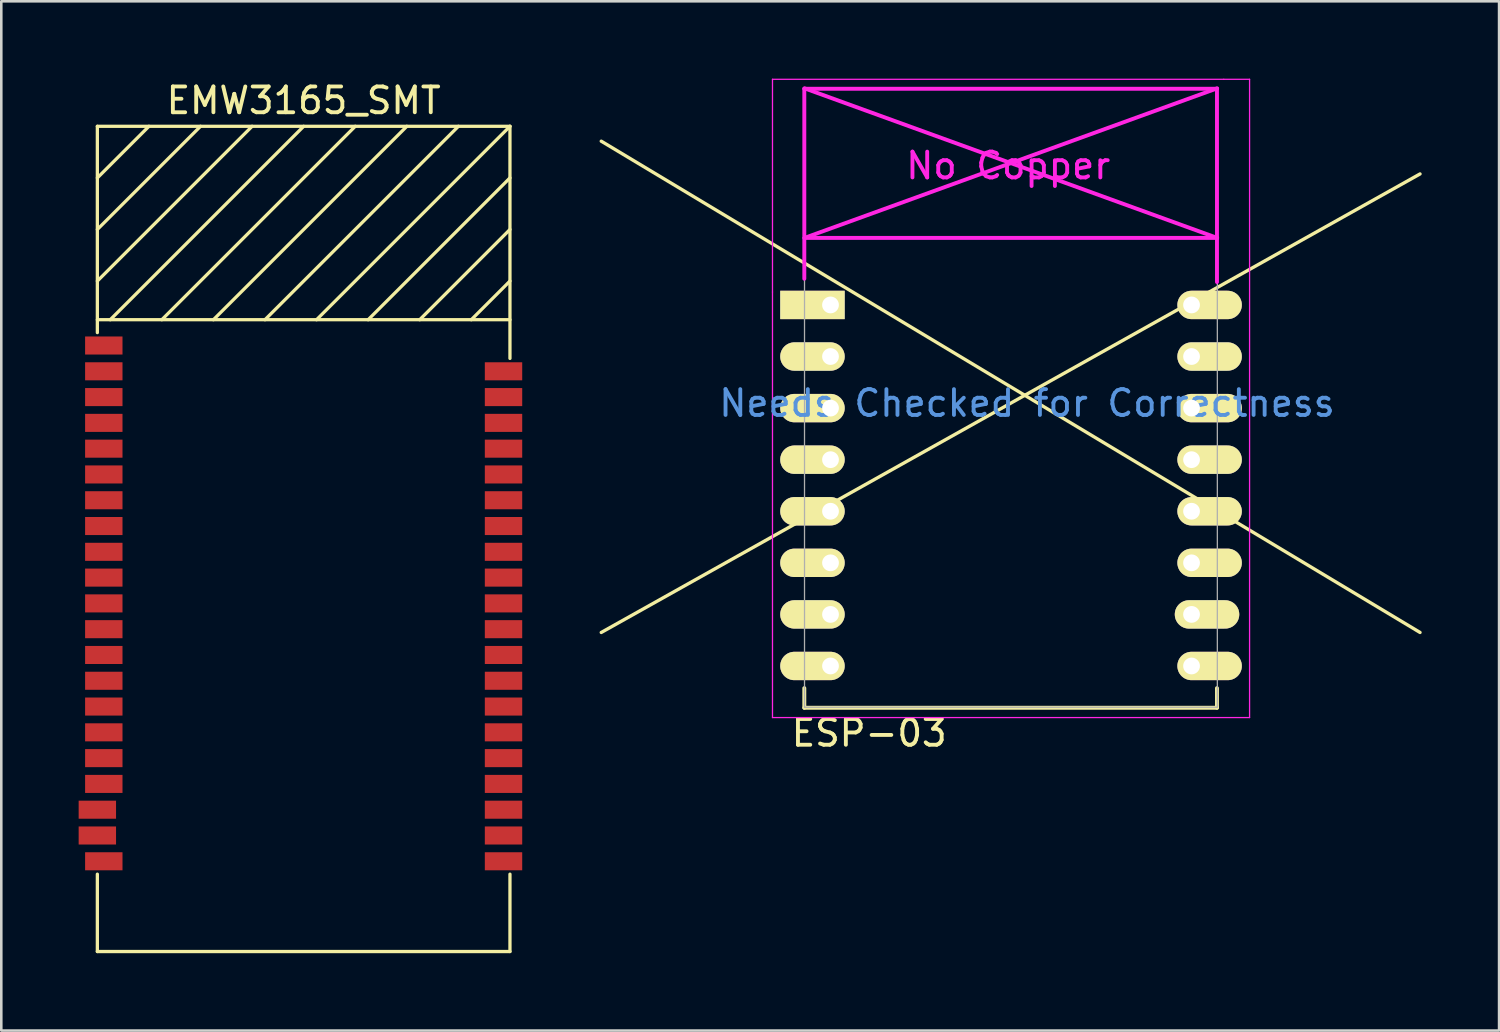
<source format=kicad_pcb>
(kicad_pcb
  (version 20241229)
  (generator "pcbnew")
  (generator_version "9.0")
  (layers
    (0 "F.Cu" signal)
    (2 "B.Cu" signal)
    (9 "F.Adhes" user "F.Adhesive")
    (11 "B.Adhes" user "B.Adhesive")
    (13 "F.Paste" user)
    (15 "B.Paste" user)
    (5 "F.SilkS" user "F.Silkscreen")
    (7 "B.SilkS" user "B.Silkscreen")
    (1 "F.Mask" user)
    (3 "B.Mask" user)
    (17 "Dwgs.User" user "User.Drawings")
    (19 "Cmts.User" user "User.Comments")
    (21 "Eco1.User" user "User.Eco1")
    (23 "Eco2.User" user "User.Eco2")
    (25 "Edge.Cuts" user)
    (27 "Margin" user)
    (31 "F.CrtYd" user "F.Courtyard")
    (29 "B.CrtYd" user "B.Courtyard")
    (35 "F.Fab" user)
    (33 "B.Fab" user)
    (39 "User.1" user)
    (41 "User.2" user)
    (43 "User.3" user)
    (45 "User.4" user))
  (footprint "EMW3165_SMT"
    (layer "F.Cu")
    (at 8.725 17.848)
    (property "Reference" "EMW3165_SMT" (at 0 -17 0) (layer "F.SilkS") (effects (font (size 1 1) (thickness 0.15))))
    (attr smd)
    (fp_line (start -8 -16) (end -8 -8) (stroke (width 0.127) (type solid)) (layer "F.SilkS"))
    (fp_line (start -8 -16) (end 8 -16) (stroke (width 0.127) (type solid)) (layer "F.SilkS"))
    (fp_line (start -8 -14) (end -6 -16) (stroke (width 0.127) (type solid)) (layer "F.SilkS"))
    (fp_line (start -8 -12) (end -4 -16) (stroke (width 0.127) (type solid)) (layer "F.SilkS"))
    (fp_line (start -8 -10) (end -2 -16) (stroke (width 0.127) (type solid)) (layer "F.SilkS"))
    (fp_line (start -8 -8.5) (end 8 -8.5) (stroke (width 0.127) (type solid)) (layer "F.SilkS"))
    (fp_line (start -8 16) (end -8 13) (stroke (width 0.127) (type solid)) (layer "F.SilkS"))
    (fp_line (start -8 16) (end 8 16) (stroke (width 0.127) (type solid)) (layer "F.SilkS"))
    (fp_line (start -7.5 -8.5) (end 0 -16) (stroke (width 0.127) (type solid)) (layer "F.SilkS"))
    (fp_line (start -5.5 -8.5) (end 2 -16) (stroke (width 0.127) (type solid)) (layer "F.SilkS"))
    (fp_line (start -3.5 -8.5) (end 4 -16) (stroke (width 0.127) (type solid)) (layer "F.SilkS"))
    (fp_line (start -1.5 -8.5) (end 6 -16) (stroke (width 0.127) (type solid)) (layer "F.SilkS"))
    (fp_line (start 0.5 -8.5) (end 8 -16) (stroke (width 0.127) (type solid)) (layer "F.SilkS"))
    (fp_line (start 2.5 -8.5) (end 8 -14) (stroke (width 0.127) (type solid)) (layer "F.SilkS"))
    (fp_line (start 4.5 -8.5) (end 8 -12) (stroke (width 0.127) (type solid)) (layer "F.SilkS"))
    (fp_line (start 6.5 -8.5) (end 8 -10) (stroke (width 0.127) (type solid)) (layer "F.SilkS"))
    (fp_line (start 8 -16) (end 8 -7) (stroke (width 0.127) (type solid)) (layer "F.SilkS"))
    (fp_line (start 8 16) (end 8 13) (stroke (width 0.127) (type solid)) (layer "F.SilkS"))
    (pad "1" smd rect (at 8 12.5) (size 1.45 0.7) (drill (offset -0.25 0)) (layers "F.Cu" "F.Mask" "F.Paste"))
    (pad "2" smd rect (at 8 11.5) (size 1.45 0.7) (drill (offset -0.25 0)) (layers "F.Cu" "F.Mask" "F.Paste"))
    (pad "3" smd rect (at 8 10.5) (size 1.45 0.7) (drill (offset -0.25 0)) (layers "F.Cu" "F.Mask" "F.Paste"))
    (pad "4" smd rect (at 8 9.5) (size 1.45 0.7) (drill (offset -0.25 0)) (layers "F.Cu" "F.Mask" "F.Paste"))
    (pad "5" smd rect (at 8 8.5) (size 1.45 0.7) (drill (offset -0.25 0)) (layers "F.Cu" "F.Mask" "F.Paste"))
    (pad "6" smd rect (at 8 7.5) (size 1.45 0.7) (drill (offset -0.25 0)) (layers "F.Cu" "F.Mask" "F.Paste"))
    (pad "7" smd rect (at 8 6.5) (size 1.45 0.7) (drill (offset -0.25 0)) (layers "F.Cu" "F.Mask" "F.Paste"))
    (pad "8" smd rect (at 8 5.5) (size 1.45 0.7) (drill (offset -0.25 0)) (layers "F.Cu" "F.Mask" "F.Paste"))
    (pad "9" smd rect (at 8 4.5) (size 1.45 0.7) (drill (offset -0.25 0)) (layers "F.Cu" "F.Mask" "F.Paste"))
    (pad "10" smd rect (at 8 3.5) (size 1.45 0.7) (drill (offset -0.25 0)) (layers "F.Cu" "F.Mask" "F.Paste"))
    (pad "11" smd rect (at 8 2.5) (size 1.45 0.7) (drill (offset -0.25 0)) (layers "F.Cu" "F.Mask" "F.Paste"))
    (pad "12" smd rect (at 8 1.5) (size 1.45 0.7) (drill (offset -0.25 0)) (layers "F.Cu" "F.Mask" "F.Paste"))
    (pad "13" smd rect (at 8 0.5) (size 1.45 0.7) (drill (offset -0.25 0)) (layers "F.Cu" "F.Mask" "F.Paste"))
    (pad "14" smd rect (at 8 -0.5) (size 1.45 0.7) (drill (offset -0.25 0)) (layers "F.Cu" "F.Mask" "F.Paste"))
    (pad "15" smd rect (at 8 -1.5) (size 1.45 0.7) (drill (offset -0.25 0)) (layers "F.Cu" "F.Mask" "F.Paste"))
    (pad "16" smd rect (at 8 -2.5) (size 1.45 0.7) (drill (offset -0.25 0)) (layers "F.Cu" "F.Mask" "F.Paste"))
    (pad "17" smd rect (at 8 -3.5) (size 1.45 0.7) (drill (offset -0.25 0)) (layers "F.Cu" "F.Mask" "F.Paste"))
    (pad "18" smd rect (at 8 -4.5) (size 1.45 0.7) (drill (offset -0.25 0)) (layers "F.Cu" "F.Mask" "F.Paste"))
    (pad "19" smd rect (at 8 -5.5) (size 1.45 0.7) (drill (offset -0.25 0)) (layers "F.Cu" "F.Mask" "F.Paste"))
    (pad "20" smd rect (at 8 -6.5) (size 1.45 0.7) (drill (offset -0.25 0)) (layers "F.Cu" "F.Mask" "F.Paste"))
    (pad "21" smd rect (at -8 -6.5) (size 1.45 0.7) (drill (offset 0.25 0)) (layers "F.Cu" "F.Mask" "F.Paste"))
    (pad "22" smd rect (at -8 -5.5) (size 1.45 0.7) (drill (offset 0.25 0)) (layers "F.Cu" "F.Mask" "F.Paste"))
    (pad "23" smd rect (at -8 -4.5) (size 1.45 0.7) (drill (offset 0.25 0)) (layers "F.Cu" "F.Mask" "F.Paste"))
    (pad "24" smd rect (at -8 -3.5) (size 1.45 0.7) (drill (offset 0.25 0)) (layers "F.Cu" "F.Mask" "F.Paste"))
    (pad "25" smd rect (at -8 -2.5) (size 1.45 0.7) (drill (offset 0.25 0)) (layers "F.Cu" "F.Mask" "F.Paste"))
    (pad "26" smd rect (at -8 -1.5) (size 1.45 0.7) (drill (offset 0.25 0)) (layers "F.Cu" "F.Mask" "F.Paste"))
    (pad "27" smd rect (at -8 -0.5) (size 1.45 0.7) (drill (offset 0.25 0)) (layers "F.Cu" "F.Mask" "F.Paste"))
    (pad "28" smd rect (at -8 0.5) (size 1.45 0.7) (drill (offset 0.25 0)) (layers "F.Cu" "F.Mask" "F.Paste"))
    (pad "29" smd rect (at -8 1.5) (size 1.45 0.7) (drill (offset 0.25 0)) (layers "F.Cu" "F.Mask" "F.Paste"))
    (pad "30" smd rect (at -8 2.5) (size 1.45 0.7) (drill (offset 0.25 0)) (layers "F.Cu" "F.Mask" "F.Paste"))
    (pad "31" smd rect (at -8 3.5) (size 1.45 0.7) (drill (offset 0.25 0)) (layers "F.Cu" "F.Mask" "F.Paste"))
    (pad "32" smd rect (at -8 4.5) (size 1.45 0.7) (drill (offset 0.25 0)) (layers "F.Cu" "F.Mask" "F.Paste"))
    (pad "33" smd rect (at -8 5.5) (size 1.45 0.7) (drill (offset 0.25 0)) (layers "F.Cu" "F.Mask" "F.Paste"))
    (pad "34" smd rect (at -8 6.5) (size 1.45 0.7) (drill (offset 0.25 0)) (layers "F.Cu" "F.Mask" "F.Paste"))
    (pad "35" smd rect (at -8 7.5) (size 1.45 0.7) (drill (offset 0.25 0)) (layers "F.Cu" "F.Mask" "F.Paste"))
    (pad "36" smd rect (at -8 8.5) (size 1.45 0.7) (drill (offset 0.25 0)) (layers "F.Cu" "F.Mask" "F.Paste"))
    (pad "37" smd rect (at -8 9.5) (size 1.45 0.7) (drill (offset 0.25 0)) (layers "F.Cu" "F.Mask" "F.Paste"))
    (pad "38" smd rect (at -8 10.5) (size 1.45 0.7) (layers "F.Cu" "F.Mask" "F.Paste"))
    (pad "39" smd rect (at -8 11.5) (size 1.45 0.7) (layers "F.Cu" "F.Mask" "F.Paste"))
    (pad "40" smd rect (at -8 12.5) (size 1.45 0.7) (drill (offset 0.25 0)) (layers "F.Cu" "F.Mask" "F.Paste"))
    (pad "41" smd rect (at -8 -7.5) (size 1.45 0.7) (drill (offset 0.25 0)) (layers "F.Cu" "F.Mask" "F.Paste")))
  (footprint "ESP-03"
    (layer "F.Cu")
    (at 29.155 8.775)
    (property "Reference" "ESP-03" (at 1.5 16.6 0) (layer "F.SilkS") (effects (font (size 1 1) (thickness 0.15))))
    (attr through_hole)
    (fp_line (start -8.89 -6.35) (end 22.86 12.7) (stroke (width 0.13) (type solid)) (layer "F.SilkS"))
    (fp_line (start -1.016 14.859) (end -1.016 15.621) (stroke (width 0.152) (type solid)) (layer "F.SilkS"))
    (fp_line (start -1.016 15.621) (end 14.986 15.621) (stroke (width 0.152) (type solid)) (layer "F.SilkS"))
    (fp_line (start 14.986 15.621) (end 14.986 14.859) (stroke (width 0.152) (type solid)) (layer "F.SilkS"))
    (fp_line (start 22.86 -5.08) (end -8.89 12.7) (stroke (width 0.13) (type solid)) (layer "F.SilkS"))
    (fp_line (start -2.25 -8.75) (end 15.25 -8.75) (stroke (width 0.05) (type solid)) (layer "F.CrtYd"))
    (fp_line (start -2.25 -0.5) (end -2.25 -8.75) (stroke (width 0.05) (type solid)) (layer "F.CrtYd"))
    (fp_line (start -2.25 16) (end -2.25 -0.5) (stroke (width 0.05) (type solid)) (layer "F.CrtYd"))
    (fp_line (start -1.016 -8.382) (end -1.016 -1.016) (stroke (width 0.152) (type solid)) (layer "F.CrtYd"))
    (fp_line (start -1.016 -8.382) (end 14.986 -8.382) (stroke (width 0.152) (type solid)) (layer "F.CrtYd"))
    (fp_line (start -1.008 -8.4) (end 14.992 -2.6) (stroke (width 0.152) (type solid)) (layer "F.CrtYd"))
    (fp_line (start -1.008 -2.6) (end 14.992 -2.6) (stroke (width 0.152) (type solid)) (layer "F.CrtYd"))
    (fp_line (start 14.986 -8.382) (end 14.986 -0.889) (stroke (width 0.152) (type solid)) (layer "F.CrtYd"))
    (fp_line (start 14.992 -8.4) (end -1.008 -2.6) (stroke (width 0.152) (type solid)) (layer "F.CrtYd"))
    (fp_line (start 15.25 -8.75) (end 16.25 -8.75) (stroke (width 0.05) (type solid)) (layer "F.CrtYd"))
    (fp_line (start 16.25 -8.75) (end 16.25 16) (stroke (width 0.05) (type solid)) (layer "F.CrtYd"))
    (fp_line (start 16.25 16) (end -2.25 16) (stroke (width 0.05) (type solid)) (layer "F.CrtYd"))
    (fp_line (start -1.008 -8.4) (end 14.992 -8.4) (stroke (width 0.05) (type solid)) (layer "F.Fab"))
    (fp_line (start -1.008 15.6) (end -1.008 -8.4) (stroke (width 0.05) (type solid)) (layer "F.Fab"))
    (fp_line (start 14.992 15.6) (end -1.008 15.6) (stroke (width 0.05) (type solid)) (layer "F.Fab"))
    (fp_line (start 15 -8.4) (end 15 15.6) (stroke (width 0.05) (type solid)) (layer "F.Fab"))
    (fp_text user "Needs Checked for Correctness" (at 7.62 3.81 0) (layer "Cmts.User") (effects (font (size 1 1) (thickness 0.15))))
    (fp_text user "No Copper" (at 6.892 -5.4 0) (layer "F.CrtYd") (effects (font (size 1 1) (thickness 0.15))))
    (pad "1" thru_hole rect (at 0 0) (size 2.5 1.1) (drill 0.65 (offset -0.7 0)) (layers "*.Cu" "*.Mask" "F.SilkS"))
    (pad "2" thru_hole oval (at 0 2) (size 2.5 1.1) (drill 0.65 (offset -0.7 0)) (layers "*.Cu" "*.Mask" "F.SilkS"))
    (pad "3" thru_hole oval (at 0 4) (size 2.5 1.1) (drill 0.65 (offset -0.7 0)) (layers "*.Cu" "*.Mask" "F.SilkS"))
    (pad "4" thru_hole oval (at 0 6) (size 2.5 1.1) (drill 0.65 (offset -0.7 0)) (layers "*.Cu" "*.Mask" "F.SilkS"))
    (pad "5" thru_hole oval (at 0 8) (size 2.5 1.1) (drill 0.65 (offset -0.7 0)) (layers "*.Cu" "*.Mask" "F.SilkS"))
    (pad "6" thru_hole oval (at 0 10) (size 2.5 1.1) (drill 0.65 (offset -0.7 0)) (layers "*.Cu" "*.Mask" "F.SilkS"))
    (pad "7" thru_hole oval (at 0 12) (size 2.5 1.1) (drill 0.65 (offset -0.7 0)) (layers "*.Cu" "*.Mask" "F.SilkS"))
    (pad "8" thru_hole oval (at 0 14) (size 2.5 1.1) (drill 0.65 (offset -0.7 0)) (layers "*.Cu" "*.Mask" "F.SilkS"))
    (pad "9" thru_hole oval (at 14 14) (size 2.5 1.1) (drill 0.65 (offset 0.7 0)) (layers "*.Cu" "*.Mask" "F.SilkS"))
    (pad "10" thru_hole oval (at 14 12) (size 2.5 1.1) (drill 0.65 (offset 0.6 0)) (layers "*.Cu" "*.Mask" "F.SilkS"))
    (pad "11" thru_hole oval (at 14 10) (size 2.5 1.1) (drill 0.65 (offset 0.7 0)) (layers "*.Cu" "*.Mask" "F.SilkS"))
    (pad "12" thru_hole oval (at 14 8) (size 2.5 1.1) (drill 0.65 (offset 0.7 0)) (layers "*.Cu" "*.Mask" "F.SilkS"))
    (pad "13" thru_hole oval (at 14 6) (size 2.5 1.1) (drill 0.65 (offset 0.7 0)) (layers "*.Cu" "*.Mask" "F.SilkS"))
    (pad "14" thru_hole oval (at 14 4) (size 2.5 1.1) (drill 0.65 (offset 0.7 0)) (layers "*.Cu" "*.Mask" "F.SilkS"))
    (pad "15" thru_hole oval (at 14 2) (size 2.5 1.1) (drill 0.65 (offset 0.7 0)) (layers "*.Cu" "*.Mask" "F.SilkS"))
    (pad "16" thru_hole oval (at 14 0) (size 2.5 1.1) (drill 0.65 (offset 0.7 0)) (layers "*.Cu" "*.Mask" "F.SilkS")))
  (gr_rect
    (start -3 -3)
    (end 55.08 36.912)
    (stroke (width 0.1) (type default))
    (fill no)
    (layer "Edge.Cuts")))
</source>
